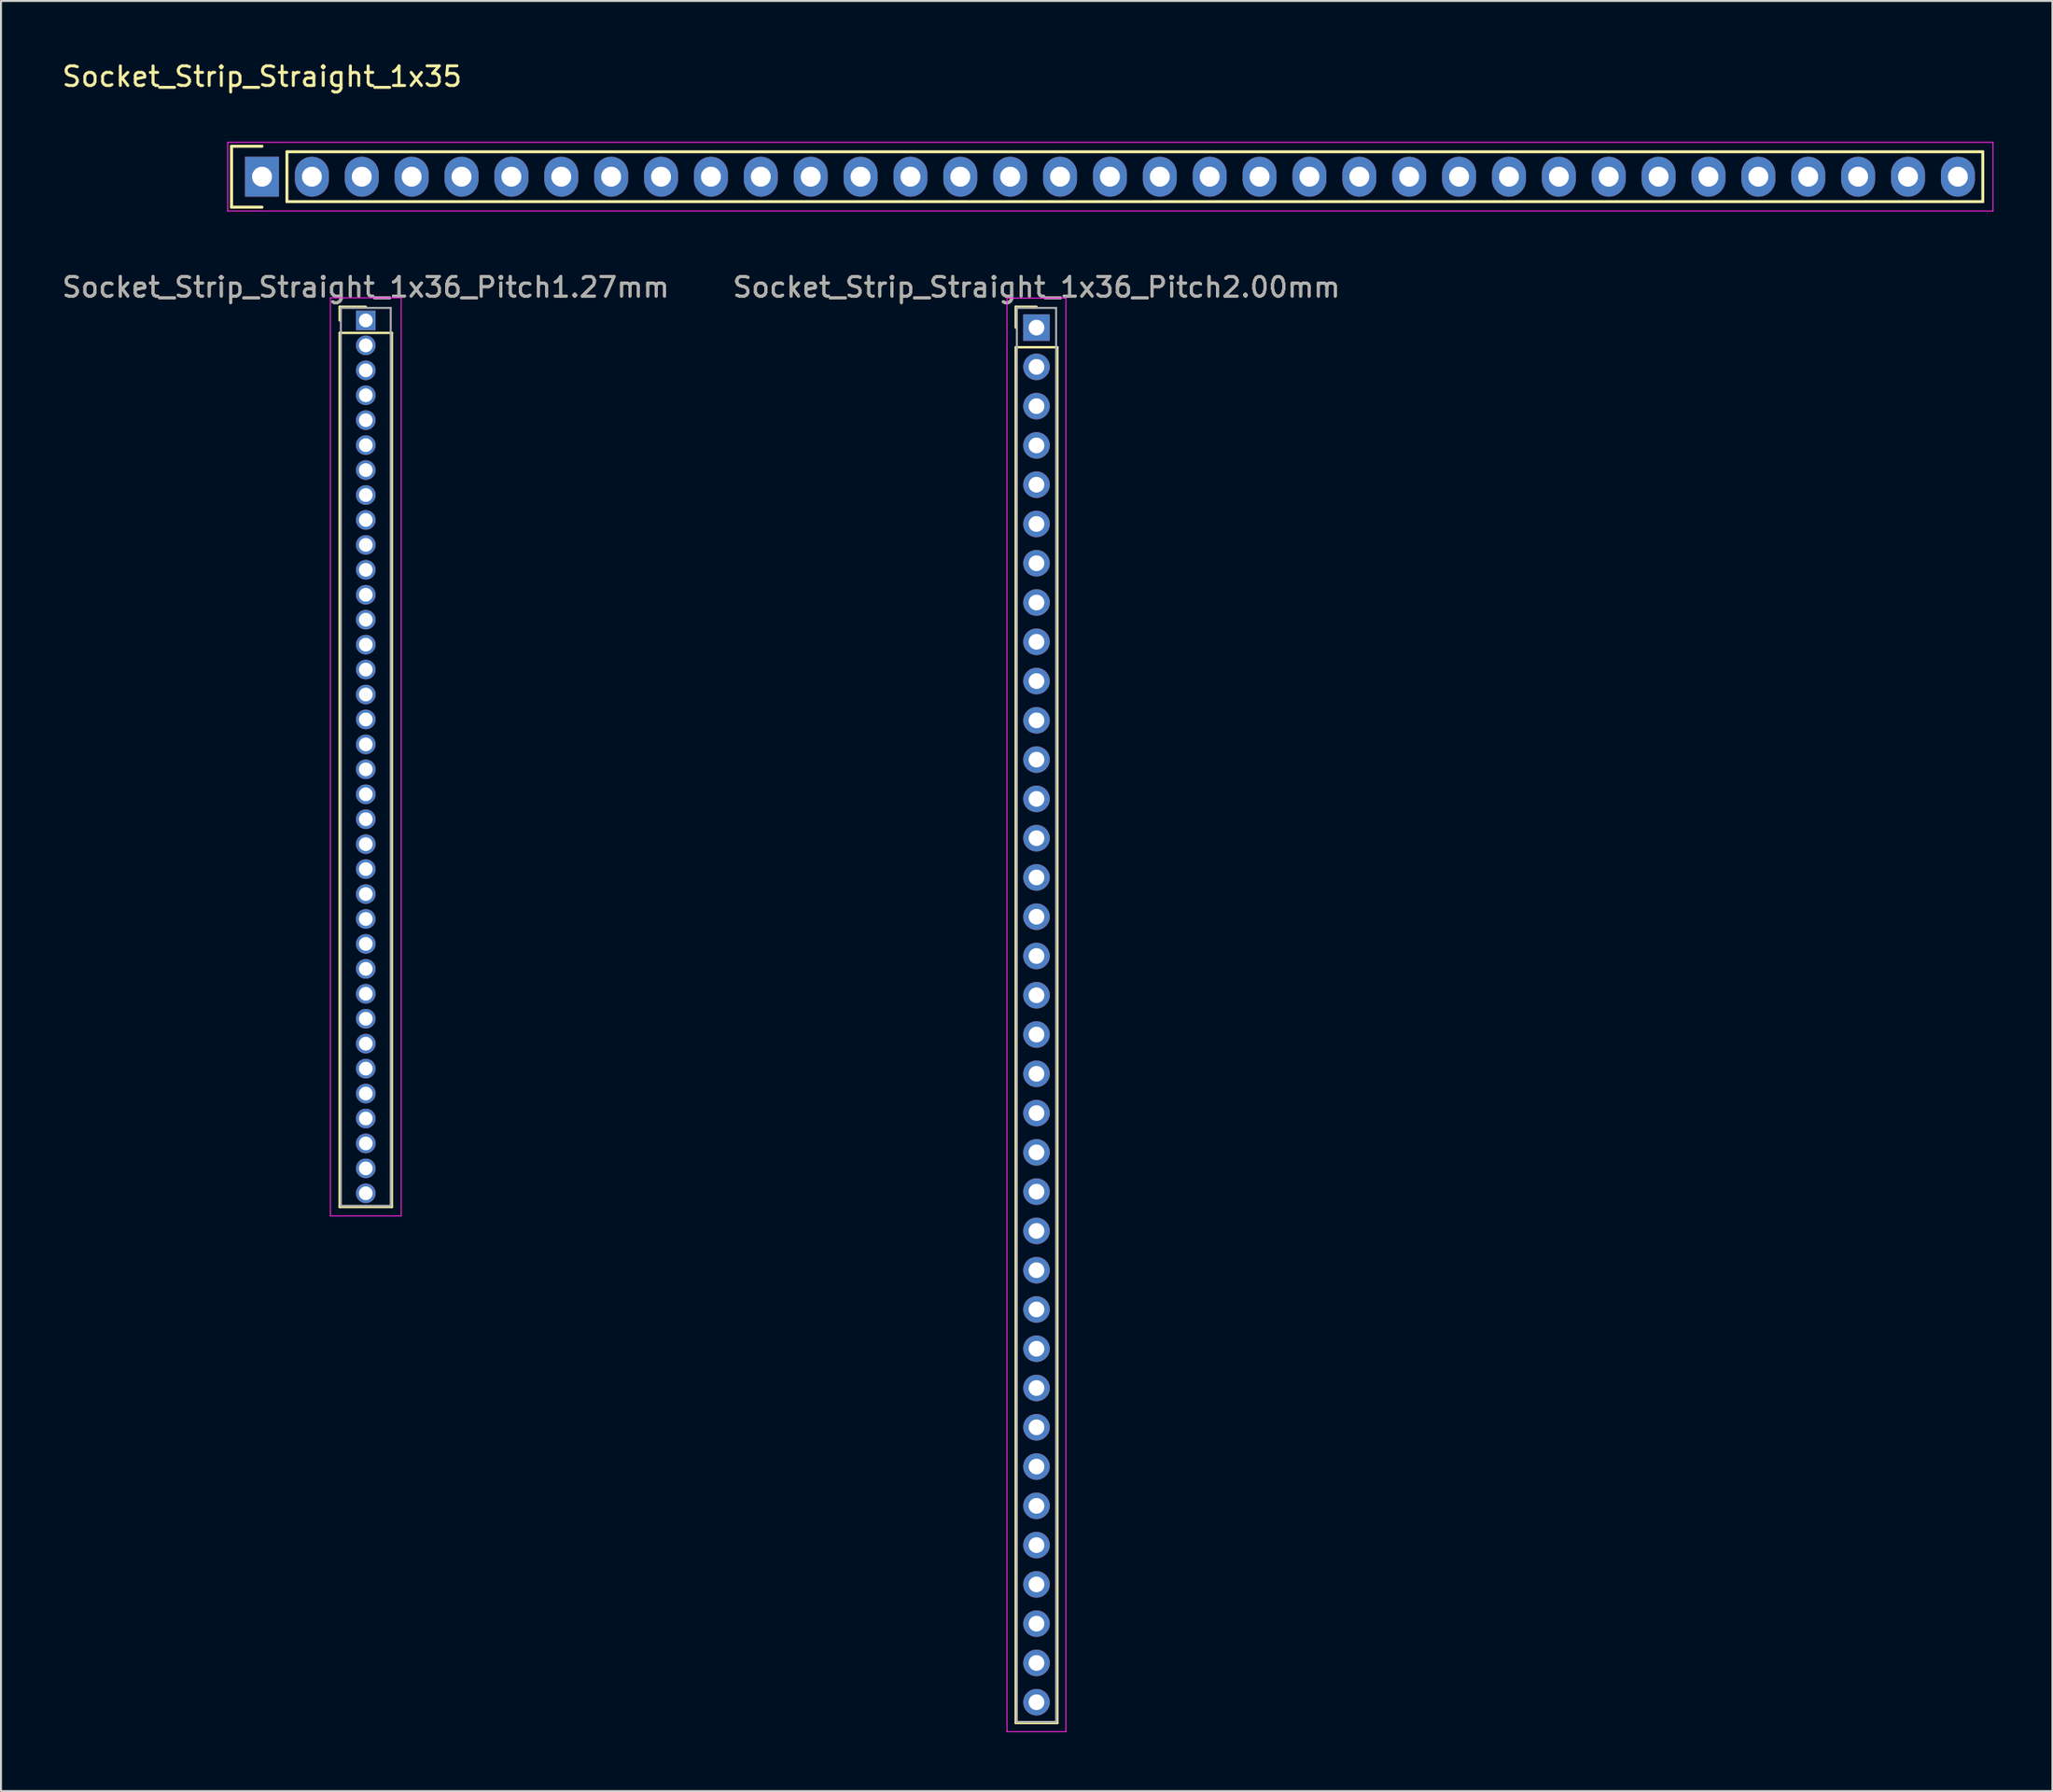
<source format=kicad_pcb>
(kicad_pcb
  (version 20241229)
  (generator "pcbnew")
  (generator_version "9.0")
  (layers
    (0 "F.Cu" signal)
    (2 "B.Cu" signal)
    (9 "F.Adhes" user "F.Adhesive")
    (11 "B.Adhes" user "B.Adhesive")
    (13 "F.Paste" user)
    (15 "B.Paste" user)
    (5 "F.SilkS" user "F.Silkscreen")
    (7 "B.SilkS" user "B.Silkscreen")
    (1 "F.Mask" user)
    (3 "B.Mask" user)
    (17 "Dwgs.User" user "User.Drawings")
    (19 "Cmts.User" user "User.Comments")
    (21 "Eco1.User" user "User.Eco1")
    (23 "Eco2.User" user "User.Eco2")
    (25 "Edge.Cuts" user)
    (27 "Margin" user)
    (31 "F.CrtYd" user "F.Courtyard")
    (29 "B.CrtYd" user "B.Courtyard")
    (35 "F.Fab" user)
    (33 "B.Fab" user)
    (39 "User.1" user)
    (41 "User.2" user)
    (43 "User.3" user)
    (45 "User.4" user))
  (footprint "Socket_Strip_Straight_1x36_Pitch1.27mm"
    (layer "F.Cu")
    (at 15.577 13.267)
    (property "Reference" "Socket_Strip_Straight_1x36_Pitch1.27mm" (at 0 -1.695 0) (layer "F.SilkS") (effects (font (size 1 1) (thickness 0.15))))
    (attr through_hole)
    (fp_line (start -1.33 -0.695) (end 0 -0.695) (stroke (width 0.12) (type solid)) (layer "F.SilkS"))
    (fp_line (start -1.33 0) (end -1.33 -0.695) (stroke (width 0.12) (type solid)) (layer "F.SilkS"))
    (fp_line (start -1.33 0.635) (end -1.33 45.145) (stroke (width 0.12) (type solid)) (layer "F.SilkS"))
    (fp_line (start -1.33 45.145) (end 1.33 45.145) (stroke (width 0.12) (type solid)) (layer "F.SilkS"))
    (fp_line (start 1.33 0.635) (end -1.33 0.635) (stroke (width 0.12) (type solid)) (layer "F.SilkS"))
    (fp_line (start 1.33 45.145) (end 1.33 0.635) (stroke (width 0.12) (type solid)) (layer "F.SilkS"))
    (fp_line (start -1.8 -1.15) (end -1.8 45.6) (stroke (width 0.05) (type solid)) (layer "F.CrtYd"))
    (fp_line (start -1.8 45.6) (end 1.8 45.6) (stroke (width 0.05) (type solid)) (layer "F.CrtYd"))
    (fp_line (start 1.8 -1.15) (end -1.8 -1.15) (stroke (width 0.05) (type solid)) (layer "F.CrtYd"))
    (fp_line (start 1.8 45.6) (end 1.8 -1.15) (stroke (width 0.05) (type solid)) (layer "F.CrtYd"))
    (fp_line (start -1.27 -0.635) (end -1.27 45.085) (stroke (width 0.1) (type solid)) (layer "F.Fab"))
    (fp_line (start -1.27 45.085) (end 1.27 45.085) (stroke (width 0.1) (type solid)) (layer "F.Fab"))
    (fp_line (start 1.27 -0.635) (end -1.27 -0.635) (stroke (width 0.1) (type solid)) (layer "F.Fab"))
    (fp_line (start 1.27 45.085) (end 1.27 -0.635) (stroke (width 0.1) (type solid)) (layer "F.Fab"))
    (fp_text user "${REFERENCE}" (at 0 -1.695 0) (layer "F.Fab") (effects (font (size 1 1) (thickness 0.15))))
    (pad "1" thru_hole rect (at 0 0) (size 1 1) (drill 0.7) (layers "*.Cu" "*.Mask"))
    (pad "2" thru_hole oval (at 0 1.27) (size 1 1) (drill 0.7) (layers "*.Cu" "*.Mask"))
    (pad "3" thru_hole oval (at 0 2.54) (size 1 1) (drill 0.7) (layers "*.Cu" "*.Mask"))
    (pad "4" thru_hole oval (at 0 3.81) (size 1 1) (drill 0.7) (layers "*.Cu" "*.Mask"))
    (pad "5" thru_hole oval (at 0 5.08) (size 1 1) (drill 0.7) (layers "*.Cu" "*.Mask"))
    (pad "6" thru_hole oval (at 0 6.35) (size 1 1) (drill 0.7) (layers "*.Cu" "*.Mask"))
    (pad "7" thru_hole oval (at 0 7.62) (size 1 1) (drill 0.7) (layers "*.Cu" "*.Mask"))
    (pad "8" thru_hole oval (at 0 8.89) (size 1 1) (drill 0.7) (layers "*.Cu" "*.Mask"))
    (pad "9" thru_hole oval (at 0 10.16) (size 1 1) (drill 0.7) (layers "*.Cu" "*.Mask"))
    (pad "10" thru_hole oval (at 0 11.43) (size 1 1) (drill 0.7) (layers "*.Cu" "*.Mask"))
    (pad "11" thru_hole oval (at 0 12.7) (size 1 1) (drill 0.7) (layers "*.Cu" "*.Mask"))
    (pad "12" thru_hole oval (at 0 13.97) (size 1 1) (drill 0.7) (layers "*.Cu" "*.Mask"))
    (pad "13" thru_hole oval (at 0 15.24) (size 1 1) (drill 0.7) (layers "*.Cu" "*.Mask"))
    (pad "14" thru_hole oval (at 0 16.51) (size 1 1) (drill 0.7) (layers "*.Cu" "*.Mask"))
    (pad "15" thru_hole oval (at 0 17.78) (size 1 1) (drill 0.7) (layers "*.Cu" "*.Mask"))
    (pad "16" thru_hole oval (at 0 19.05) (size 1 1) (drill 0.7) (layers "*.Cu" "*.Mask"))
    (pad "17" thru_hole oval (at 0 20.32) (size 1 1) (drill 0.7) (layers "*.Cu" "*.Mask"))
    (pad "18" thru_hole oval (at 0 21.59) (size 1 1) (drill 0.7) (layers "*.Cu" "*.Mask"))
    (pad "19" thru_hole oval (at 0 22.86) (size 1 1) (drill 0.7) (layers "*.Cu" "*.Mask"))
    (pad "20" thru_hole oval (at 0 24.13) (size 1 1) (drill 0.7) (layers "*.Cu" "*.Mask"))
    (pad "21" thru_hole oval (at 0 25.4) (size 1 1) (drill 0.7) (layers "*.Cu" "*.Mask"))
    (pad "22" thru_hole oval (at 0 26.67) (size 1 1) (drill 0.7) (layers "*.Cu" "*.Mask"))
    (pad "23" thru_hole oval (at 0 27.94) (size 1 1) (drill 0.7) (layers "*.Cu" "*.Mask"))
    (pad "24" thru_hole oval (at 0 29.21) (size 1 1) (drill 0.7) (layers "*.Cu" "*.Mask"))
    (pad "25" thru_hole oval (at 0 30.48) (size 1 1) (drill 0.7) (layers "*.Cu" "*.Mask"))
    (pad "26" thru_hole oval (at 0 31.75) (size 1 1) (drill 0.7) (layers "*.Cu" "*.Mask"))
    (pad "27" thru_hole oval (at 0 33.02) (size 1 1) (drill 0.7) (layers "*.Cu" "*.Mask"))
    (pad "28" thru_hole oval (at 0 34.29) (size 1 1) (drill 0.7) (layers "*.Cu" "*.Mask"))
    (pad "29" thru_hole oval (at 0 35.56) (size 1 1) (drill 0.7) (layers "*.Cu" "*.Mask"))
    (pad "30" thru_hole oval (at 0 36.83) (size 1 1) (drill 0.7) (layers "*.Cu" "*.Mask"))
    (pad "31" thru_hole oval (at 0 38.1) (size 1 1) (drill 0.7) (layers "*.Cu" "*.Mask"))
    (pad "32" thru_hole oval (at 0 39.37) (size 1 1) (drill 0.7) (layers "*.Cu" "*.Mask"))
    (pad "33" thru_hole oval (at 0 40.64) (size 1 1) (drill 0.7) (layers "*.Cu" "*.Mask"))
    (pad "34" thru_hole oval (at 0 41.91) (size 1 1) (drill 0.7) (layers "*.Cu" "*.Mask"))
    (pad "35" thru_hole oval (at 0 43.18) (size 1 1) (drill 0.7) (layers "*.Cu" "*.Mask"))
    (pad "36" thru_hole oval (at 0 44.45) (size 1 1) (drill 0.7) (layers "*.Cu" "*.Mask")))
  (footprint "Socket_Strip_Straight_1x35"
    (layer "F.Cu")
    (at 10.292 5.948)
    (property "Reference" "Socket_Strip_Straight_1x35" (at 0 -5.1 0) (layer "F.SilkS") (effects (font (size 1 1) (thickness 0.15))))
    (attr through_hole)
    (fp_line (start -1.55 -1.55) (end -1.55 1.55) (stroke (width 0.15) (type solid)) (layer "F.SilkS"))
    (fp_line (start -1.55 1.55) (end 0 1.55) (stroke (width 0.15) (type solid)) (layer "F.SilkS"))
    (fp_line (start 0 -1.55) (end -1.55 -1.55) (stroke (width 0.15) (type solid)) (layer "F.SilkS"))
    (fp_line (start 1.27 -1.27) (end 87.63 -1.27) (stroke (width 0.15) (type solid)) (layer "F.SilkS"))
    (fp_line (start 1.27 1.27) (end 1.27 -1.27) (stroke (width 0.15) (type solid)) (layer "F.SilkS"))
    (fp_line (start 87.63 -1.27) (end 87.63 1.27) (stroke (width 0.15) (type solid)) (layer "F.SilkS"))
    (fp_line (start 87.63 1.27) (end 1.27 1.27) (stroke (width 0.15) (type solid)) (layer "F.SilkS"))
    (fp_line (start -1.75 -1.75) (end -1.75 1.75) (stroke (width 0.05) (type solid)) (layer "F.CrtYd"))
    (fp_line (start -1.75 -1.75) (end 88.15 -1.75) (stroke (width 0.05) (type solid)) (layer "F.CrtYd"))
    (fp_line (start -1.75 1.75) (end 88.15 1.75) (stroke (width 0.05) (type solid)) (layer "F.CrtYd"))
    (fp_line (start 88.15 -1.75) (end 88.15 1.75) (stroke (width 0.05) (type solid)) (layer "F.CrtYd"))
    (pad "1" thru_hole rect (at 0 0) (size 1.727 2.032) (drill 1.016) (layers "*.Cu" "*.Mask"))
    (pad "2" thru_hole oval (at 2.54 0) (size 1.727 2.032) (drill 1.016) (layers "*.Cu" "*.Mask"))
    (pad "3" thru_hole oval (at 5.08 0) (size 1.727 2.032) (drill 1.016) (layers "*.Cu" "*.Mask"))
    (pad "4" thru_hole oval (at 7.62 0) (size 1.727 2.032) (drill 1.016) (layers "*.Cu" "*.Mask"))
    (pad "5" thru_hole oval (at 10.16 0) (size 1.727 2.032) (drill 1.016) (layers "*.Cu" "*.Mask"))
    (pad "6" thru_hole oval (at 12.7 0) (size 1.727 2.032) (drill 1.016) (layers "*.Cu" "*.Mask"))
    (pad "7" thru_hole oval (at 15.24 0) (size 1.727 2.032) (drill 1.016) (layers "*.Cu" "*.Mask"))
    (pad "8" thru_hole oval (at 17.78 0) (size 1.727 2.032) (drill 1.016) (layers "*.Cu" "*.Mask"))
    (pad "9" thru_hole oval (at 20.32 0) (size 1.727 2.032) (drill 1.016) (layers "*.Cu" "*.Mask"))
    (pad "10" thru_hole oval (at 22.86 0) (size 1.727 2.032) (drill 1.016) (layers "*.Cu" "*.Mask"))
    (pad "11" thru_hole oval (at 25.4 0) (size 1.727 2.032) (drill 1.016) (layers "*.Cu" "*.Mask"))
    (pad "12" thru_hole oval (at 27.94 0) (size 1.727 2.032) (drill 1.016) (layers "*.Cu" "*.Mask"))
    (pad "13" thru_hole oval (at 30.48 0) (size 1.727 2.032) (drill 1.016) (layers "*.Cu" "*.Mask"))
    (pad "14" thru_hole oval (at 33.02 0) (size 1.727 2.032) (drill 1.016) (layers "*.Cu" "*.Mask"))
    (pad "15" thru_hole oval (at 35.56 0) (size 1.727 2.032) (drill 1.016) (layers "*.Cu" "*.Mask"))
    (pad "16" thru_hole oval (at 38.1 0) (size 1.727 2.032) (drill 1.016) (layers "*.Cu" "*.Mask"))
    (pad "17" thru_hole oval (at 40.64 0) (size 1.727 2.032) (drill 1.016) (layers "*.Cu" "*.Mask"))
    (pad "18" thru_hole oval (at 43.18 0) (size 1.727 2.032) (drill 1.016) (layers "*.Cu" "*.Mask"))
    (pad "19" thru_hole oval (at 45.72 0) (size 1.727 2.032) (drill 1.016) (layers "*.Cu" "*.Mask"))
    (pad "20" thru_hole oval (at 48.26 0) (size 1.727 2.032) (drill 1.016) (layers "*.Cu" "*.Mask"))
    (pad "21" thru_hole oval (at 50.8 0) (size 1.727 2.032) (drill 1.016) (layers "*.Cu" "*.Mask"))
    (pad "22" thru_hole oval (at 53.34 0) (size 1.727 2.032) (drill 1.016) (layers "*.Cu" "*.Mask"))
    (pad "23" thru_hole oval (at 55.88 0) (size 1.727 2.032) (drill 1.016) (layers "*.Cu" "*.Mask"))
    (pad "24" thru_hole oval (at 58.42 0) (size 1.727 2.032) (drill 1.016) (layers "*.Cu" "*.Mask"))
    (pad "25" thru_hole oval (at 60.96 0) (size 1.727 2.032) (drill 1.016) (layers "*.Cu" "*.Mask"))
    (pad "26" thru_hole oval (at 63.5 0) (size 1.727 2.032) (drill 1.016) (layers "*.Cu" "*.Mask"))
    (pad "27" thru_hole oval (at 66.04 0) (size 1.727 2.032) (drill 1.016) (layers "*.Cu" "*.Mask"))
    (pad "28" thru_hole oval (at 68.58 0) (size 1.727 2.032) (drill 1.016) (layers "*.Cu" "*.Mask"))
    (pad "29" thru_hole oval (at 71.12 0) (size 1.727 2.032) (drill 1.016) (layers "*.Cu" "*.Mask"))
    (pad "30" thru_hole oval (at 73.66 0) (size 1.727 2.032) (drill 1.016) (layers "*.Cu" "*.Mask"))
    (pad "31" thru_hole oval (at 76.2 0) (size 1.727 2.032) (drill 1.016) (layers "*.Cu" "*.Mask"))
    (pad "32" thru_hole oval (at 78.74 0) (size 1.727 2.032) (drill 1.016) (layers "*.Cu" "*.Mask"))
    (pad "33" thru_hole oval (at 81.28 0) (size 1.727 2.032) (drill 1.016) (layers "*.Cu" "*.Mask"))
    (pad "34" thru_hole oval (at 83.82 0) (size 1.727 2.032) (drill 1.016) (layers "*.Cu" "*.Mask"))
    (pad "35" thru_hole oval (at 86.36 0) (size 1.727 2.032) (drill 1.016) (layers "*.Cu" "*.Mask")))
  (footprint "Socket_Strip_Straight_1x36_Pitch2.00mm"
    (layer "F.Cu")
    (at 49.732 13.632)
    (property "Reference" "Socket_Strip_Straight_1x36_Pitch2.00mm" (at 0 -2.06 0) (layer "F.SilkS") (effects (font (size 1 1) (thickness 0.15))))
    (attr through_hole)
    (fp_line (start -1.06 -1.06) (end 0 -1.06) (stroke (width 0.12) (type solid)) (layer "F.SilkS"))
    (fp_line (start -1.06 0) (end -1.06 -1.06) (stroke (width 0.12) (type solid)) (layer "F.SilkS"))
    (fp_line (start -1.06 1) (end -1.06 71.06) (stroke (width 0.12) (type solid)) (layer "F.SilkS"))
    (fp_line (start -1.06 71.06) (end 1.06 71.06) (stroke (width 0.12) (type solid)) (layer "F.SilkS"))
    (fp_line (start 1.06 1) (end -1.06 1) (stroke (width 0.12) (type solid)) (layer "F.SilkS"))
    (fp_line (start 1.06 71.06) (end 1.06 1) (stroke (width 0.12) (type solid)) (layer "F.SilkS"))
    (fp_line (start -1.5 -1.5) (end -1.5 71.5) (stroke (width 0.05) (type solid)) (layer "F.CrtYd"))
    (fp_line (start -1.5 71.5) (end 1.5 71.5) (stroke (width 0.05) (type solid)) (layer "F.CrtYd"))
    (fp_line (start 1.5 -1.5) (end -1.5 -1.5) (stroke (width 0.05) (type solid)) (layer "F.CrtYd"))
    (fp_line (start 1.5 71.5) (end 1.5 -1.5) (stroke (width 0.05) (type solid)) (layer "F.CrtYd"))
    (fp_line (start -1 -1) (end -1 71) (stroke (width 0.1) (type solid)) (layer "F.Fab"))
    (fp_line (start -1 71) (end 1 71) (stroke (width 0.1) (type solid)) (layer "F.Fab"))
    (fp_line (start 1 -1) (end -1 -1) (stroke (width 0.1) (type solid)) (layer "F.Fab"))
    (fp_line (start 1 71) (end 1 -1) (stroke (width 0.1) (type solid)) (layer "F.Fab"))
    (fp_text user "${REFERENCE}" (at 0 -2.06 0) (layer "F.Fab") (effects (font (size 1 1) (thickness 0.15))))
    (pad "1" thru_hole rect (at 0 0) (size 1.35 1.35) (drill 0.8) (layers "*.Cu" "*.Mask"))
    (pad "2" thru_hole oval (at 0 2) (size 1.35 1.35) (drill 0.8) (layers "*.Cu" "*.Mask"))
    (pad "3" thru_hole oval (at 0 4) (size 1.35 1.35) (drill 0.8) (layers "*.Cu" "*.Mask"))
    (pad "4" thru_hole oval (at 0 6) (size 1.35 1.35) (drill 0.8) (layers "*.Cu" "*.Mask"))
    (pad "5" thru_hole oval (at 0 8) (size 1.35 1.35) (drill 0.8) (layers "*.Cu" "*.Mask"))
    (pad "6" thru_hole oval (at 0 10) (size 1.35 1.35) (drill 0.8) (layers "*.Cu" "*.Mask"))
    (pad "7" thru_hole oval (at 0 12) (size 1.35 1.35) (drill 0.8) (layers "*.Cu" "*.Mask"))
    (pad "8" thru_hole oval (at 0 14) (size 1.35 1.35) (drill 0.8) (layers "*.Cu" "*.Mask"))
    (pad "9" thru_hole oval (at 0 16) (size 1.35 1.35) (drill 0.8) (layers "*.Cu" "*.Mask"))
    (pad "10" thru_hole oval (at 0 18) (size 1.35 1.35) (drill 0.8) (layers "*.Cu" "*.Mask"))
    (pad "11" thru_hole oval (at 0 20) (size 1.35 1.35) (drill 0.8) (layers "*.Cu" "*.Mask"))
    (pad "12" thru_hole oval (at 0 22) (size 1.35 1.35) (drill 0.8) (layers "*.Cu" "*.Mask"))
    (pad "13" thru_hole oval (at 0 24) (size 1.35 1.35) (drill 0.8) (layers "*.Cu" "*.Mask"))
    (pad "14" thru_hole oval (at 0 26) (size 1.35 1.35) (drill 0.8) (layers "*.Cu" "*.Mask"))
    (pad "15" thru_hole oval (at 0 28) (size 1.35 1.35) (drill 0.8) (layers "*.Cu" "*.Mask"))
    (pad "16" thru_hole oval (at 0 30) (size 1.35 1.35) (drill 0.8) (layers "*.Cu" "*.Mask"))
    (pad "17" thru_hole oval (at 0 32) (size 1.35 1.35) (drill 0.8) (layers "*.Cu" "*.Mask"))
    (pad "18" thru_hole oval (at 0 34) (size 1.35 1.35) (drill 0.8) (layers "*.Cu" "*.Mask"))
    (pad "19" thru_hole oval (at 0 36) (size 1.35 1.35) (drill 0.8) (layers "*.Cu" "*.Mask"))
    (pad "20" thru_hole oval (at 0 38) (size 1.35 1.35) (drill 0.8) (layers "*.Cu" "*.Mask"))
    (pad "21" thru_hole oval (at 0 40) (size 1.35 1.35) (drill 0.8) (layers "*.Cu" "*.Mask"))
    (pad "22" thru_hole oval (at 0 42) (size 1.35 1.35) (drill 0.8) (layers "*.Cu" "*.Mask"))
    (pad "23" thru_hole oval (at 0 44) (size 1.35 1.35) (drill 0.8) (layers "*.Cu" "*.Mask"))
    (pad "24" thru_hole oval (at 0 46) (size 1.35 1.35) (drill 0.8) (layers "*.Cu" "*.Mask"))
    (pad "25" thru_hole oval (at 0 48) (size 1.35 1.35) (drill 0.8) (layers "*.Cu" "*.Mask"))
    (pad "26" thru_hole oval (at 0 50) (size 1.35 1.35) (drill 0.8) (layers "*.Cu" "*.Mask"))
    (pad "27" thru_hole oval (at 0 52) (size 1.35 1.35) (drill 0.8) (layers "*.Cu" "*.Mask"))
    (pad "28" thru_hole oval (at 0 54) (size 1.35 1.35) (drill 0.8) (layers "*.Cu" "*.Mask"))
    (pad "29" thru_hole oval (at 0 56) (size 1.35 1.35) (drill 0.8) (layers "*.Cu" "*.Mask"))
    (pad "30" thru_hole oval (at 0 58) (size 1.35 1.35) (drill 0.8) (layers "*.Cu" "*.Mask"))
    (pad "31" thru_hole oval (at 0 60) (size 1.35 1.35) (drill 0.8) (layers "*.Cu" "*.Mask"))
    (pad "32" thru_hole oval (at 0 62) (size 1.35 1.35) (drill 0.8) (layers "*.Cu" "*.Mask"))
    (pad "33" thru_hole oval (at 0 64) (size 1.35 1.35) (drill 0.8) (layers "*.Cu" "*.Mask"))
    (pad "34" thru_hole oval (at 0 66) (size 1.35 1.35) (drill 0.8) (layers "*.Cu" "*.Mask"))
    (pad "35" thru_hole oval (at 0 68) (size 1.35 1.35) (drill 0.8) (layers "*.Cu" "*.Mask"))
    (pad "36" thru_hole oval (at 0 70) (size 1.35 1.35) (drill 0.8) (layers "*.Cu" "*.Mask")))
  (gr_rect
    (start -3 -3)
    (end 101.467 88.156)
    (stroke (width 0.1) (type default))
    (fill no)
    (layer "Edge.Cuts")))
</source>
